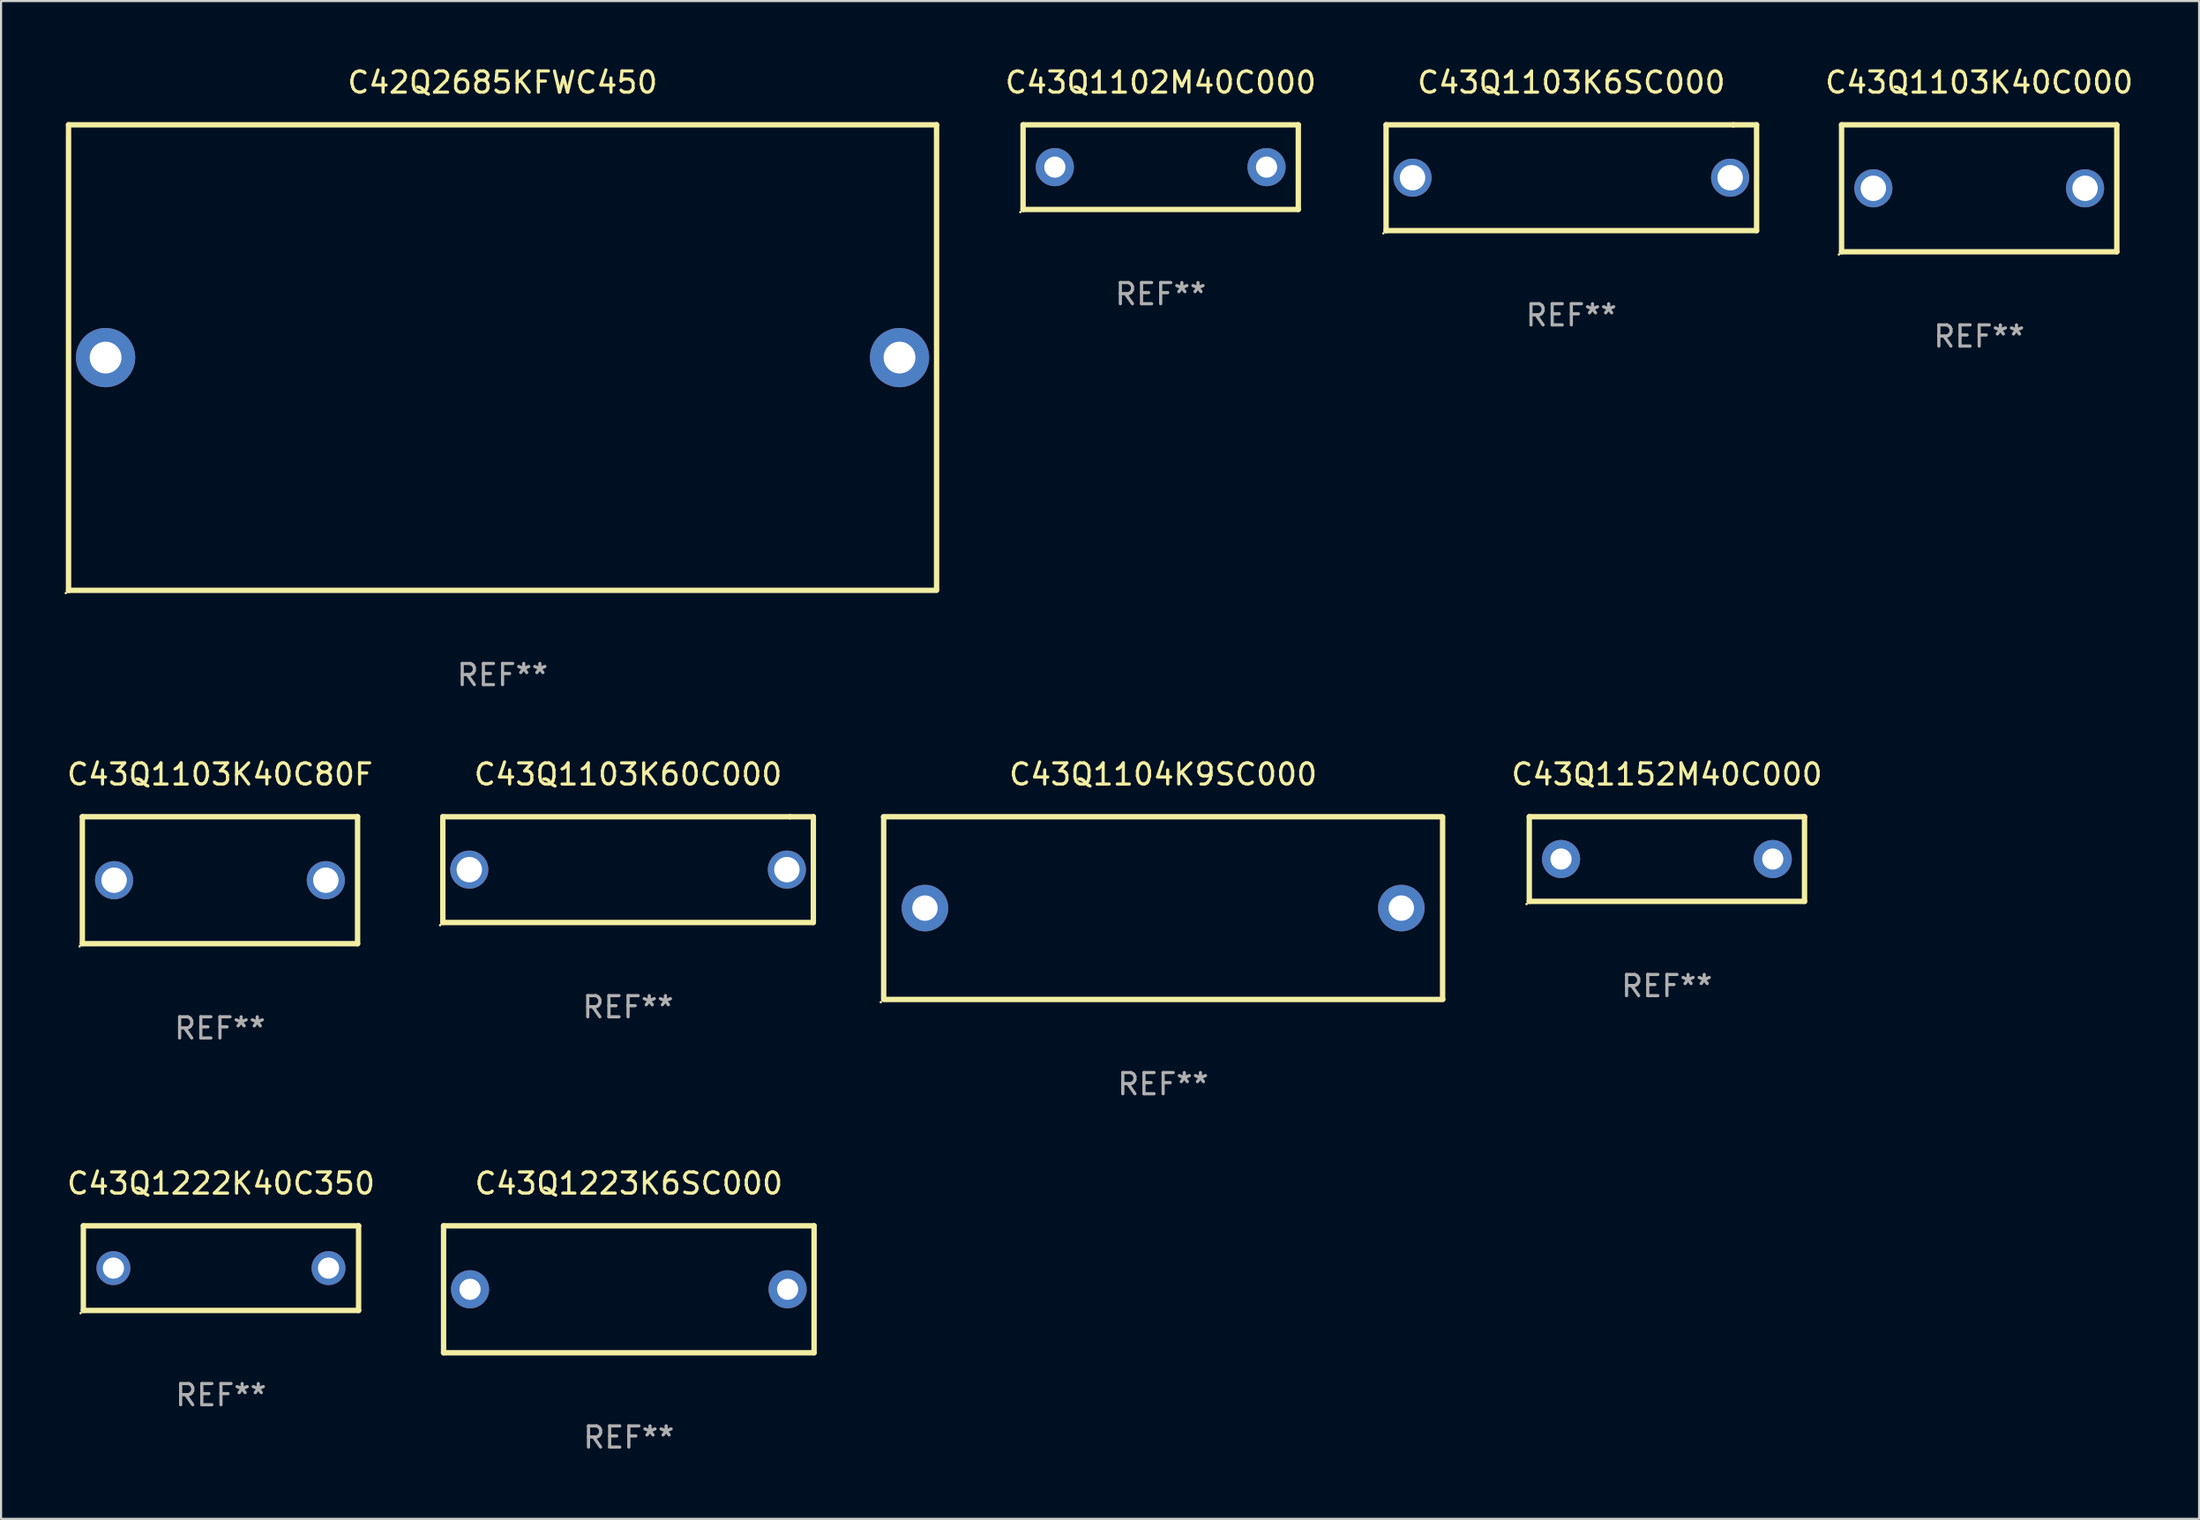
<source format=kicad_pcb>
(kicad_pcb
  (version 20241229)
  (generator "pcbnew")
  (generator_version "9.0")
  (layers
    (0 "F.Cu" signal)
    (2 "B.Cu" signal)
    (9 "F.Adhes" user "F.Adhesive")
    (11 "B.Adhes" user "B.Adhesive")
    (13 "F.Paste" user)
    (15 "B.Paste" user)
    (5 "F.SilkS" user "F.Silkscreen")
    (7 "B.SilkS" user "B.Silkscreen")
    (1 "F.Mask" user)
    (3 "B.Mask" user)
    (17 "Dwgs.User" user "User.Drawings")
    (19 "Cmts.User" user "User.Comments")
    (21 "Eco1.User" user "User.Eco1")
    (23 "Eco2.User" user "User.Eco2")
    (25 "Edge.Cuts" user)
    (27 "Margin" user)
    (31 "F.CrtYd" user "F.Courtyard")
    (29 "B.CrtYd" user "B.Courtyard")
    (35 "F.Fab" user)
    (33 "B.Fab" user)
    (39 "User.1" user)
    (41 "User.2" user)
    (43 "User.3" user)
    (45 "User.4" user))
  (footprint "C43Q1103K6SC000"
    (layer "F.Cu")
    (at 71.168 5.348)
    (property "Reference" "C43Q1103K6SC000" (at 0 -4.5 0) (layer "F.SilkS") (effects (font (size 1 1) (thickness 0.15))))
    (attr through_hole)
    (fp_line (start -8.75 -2.499) (end 7.653 -2.499) (stroke (width 0.254) (type solid)) (layer "F.SilkS"))
    (fp_line (start -8.75 2.5) (end -8.75 -2.5) (stroke (width 0.254) (type solid)) (layer "F.SilkS"))
    (fp_line (start 7.653 -2.499) (end 8.75 -2.499) (stroke (width 0.254) (type solid)) (layer "F.SilkS"))
    (fp_line (start 8.75 -2.5) (end 8.75 2.5) (stroke (width 0.254) (type solid)) (layer "F.SilkS"))
    (fp_line (start 8.75 2.5) (end -8.75 2.5) (stroke (width 0.254) (type solid)) (layer "F.SilkS"))
    (fp_circle (center -8.877 2.627) (end -8.847 2.627) (stroke (width 0.06) (type solid)) (fill no) (layer "F.SilkS"))
    (fp_text user "REF**" (at 0 6.5 0) (layer "F.Fab") (effects (font (size 1 1) (thickness 0.15))))
    (pad "1" thru_hole circle (at -7.501 0) (size 1.8 1.8) (drill 1.2) (layers "*.Cu" "*.Mask"))
    (pad "2" thru_hole circle (at 7.501 0) (size 1.8 1.8) (drill 1.2) (layers "*.Cu" "*.Mask")))
  (footprint "C43Q1103K40C000"
    (layer "F.Cu")
    (at 90.432 5.848)
    (property "Reference" "C43Q1103K40C000" (at 0 -5 0) (layer "F.SilkS") (effects (font (size 1 1) (thickness 0.15))))
    (attr through_hole)
    (fp_line (start -6.5 -3) (end 6.5 -3) (stroke (width 0.254) (type solid)) (layer "F.SilkS"))
    (fp_line (start -6.5 3) (end -6.5 -3) (stroke (width 0.254) (type solid)) (layer "F.SilkS"))
    (fp_line (start -6.5 3) (end 6.5 3) (stroke (width 0.254) (type solid)) (layer "F.SilkS"))
    (fp_line (start 6.5 -3) (end 6.5 3) (stroke (width 0.254) (type solid)) (layer "F.SilkS"))
    (fp_circle (center -6.627 3.127) (end -6.597 3.127) (stroke (width 0.06) (type solid)) (fill no) (layer "F.SilkS"))
    (fp_text user "REF**" (at 0 7 0) (layer "F.Fab") (effects (font (size 1 1) (thickness 0.15))))
    (pad "1" thru_hole circle (at -5 0) (size 1.8 1.8) (drill 1.2) (layers "*.Cu" "*.Mask"))
    (pad "2" thru_hole circle (at 5 0) (size 1.8 1.8) (drill 1.2) (layers "*.Cu" "*.Mask")))
  (footprint "C43Q1103K40C80F"
    (layer "F.Cu")
    (at 7.339 38.545)
    (property "Reference" "C43Q1103K40C80F" (at 0 -5 0) (layer "F.SilkS") (effects (font (size 1 1) (thickness 0.15))))
    (attr through_hole)
    (fp_line (start -6.5 -3) (end 6.5 -3) (stroke (width 0.254) (type solid)) (layer "F.SilkS"))
    (fp_line (start -6.5 3) (end -6.5 -3) (stroke (width 0.254) (type solid)) (layer "F.SilkS"))
    (fp_line (start -6.5 3) (end 6.5 3) (stroke (width 0.254) (type solid)) (layer "F.SilkS"))
    (fp_line (start 6.5 -3) (end 6.5 3) (stroke (width 0.254) (type solid)) (layer "F.SilkS"))
    (fp_circle (center -6.627 3.127) (end -6.597 3.127) (stroke (width 0.06) (type solid)) (fill no) (layer "F.SilkS"))
    (fp_text user "REF**" (at 0 7 0) (layer "F.Fab") (effects (font (size 1 1) (thickness 0.15))))
    (pad "1" thru_hole circle (at -5 0) (size 1.8 1.8) (drill 1.2) (layers "*.Cu" "*.Mask"))
    (pad "2" thru_hole circle (at 5 0) (size 1.8 1.8) (drill 1.2) (layers "*.Cu" "*.Mask")))
  (footprint "C43Q1152M40C000"
    (layer "F.Cu")
    (at 75.682 37.545)
    (property "Reference" "C43Q1152M40C000" (at 0 -4 0) (layer "F.SilkS") (effects (font (size 1 1) (thickness 0.15))))
    (attr through_hole)
    (fp_line (start -6.5 -2) (end 6.5 -2) (stroke (width 0.254) (type solid)) (layer "F.SilkS"))
    (fp_line (start -6.5 2) (end -6.5 -2) (stroke (width 0.254) (type solid)) (layer "F.SilkS"))
    (fp_line (start 6.5 -2) (end 6.5 2) (stroke (width 0.254) (type solid)) (layer "F.SilkS"))
    (fp_line (start 6.5 2) (end -6.5 2) (stroke (width 0.254) (type solid)) (layer "F.SilkS"))
    (fp_circle (center -6.627 2.127) (end -6.597 2.127) (stroke (width 0.06) (type solid)) (fill no) (layer "F.SilkS"))
    (fp_text user "REF**" (at 0 6 0) (layer "F.Fab") (effects (font (size 1 1) (thickness 0.15))))
    (pad "1" thru_hole circle (at -5 0) (size 1.8 1.8) (drill 1) (layers "*.Cu" "*.Mask"))
    (pad "2" thru_hole circle (at 5 0) (size 1.8 1.8) (drill 1) (layers "*.Cu" "*.Mask")))
  (footprint "C43Q1104K9SC000"
    (layer "F.Cu")
    (at 51.888 39.863)
    (property "Reference" "C43Q1104K9SC000" (at 0 -6.318 0) (layer "F.SilkS") (effects (font (size 1 1) (thickness 0.15))))
    (attr through_hole)
    (fp_line (start -13.208 -4.318) (end 13.193 -4.318) (stroke (width 0.254) (type solid)) (layer "F.SilkS"))
    (fp_line (start -13.2 4.3) (end -13.2 -4.3) (stroke (width 0.254) (type solid)) (layer "F.SilkS"))
    (fp_line (start 13.2 -4.3) (end 13.2 4.3) (stroke (width 0.254) (type solid)) (layer "F.SilkS"))
    (fp_line (start 13.208 4.318) (end -13.193 4.318) (stroke (width 0.254) (type solid)) (layer "F.SilkS"))
    (fp_circle (center -13.335 4.445) (end -13.305 4.445) (stroke (width 0.06) (type solid)) (fill no) (layer "F.SilkS"))
    (fp_text user "REF**" (at 0 8.318 0) (layer "F.Fab") (effects (font (size 1 1) (thickness 0.15))))
    (pad "1" thru_hole circle (at -11.25 0) (size 2.2 2.2) (drill 1.2) (layers "*.Cu" "*.Mask"))
    (pad "2" thru_hole circle (at 11.25 0) (size 2.2 2.2) (drill 1.2) (layers "*.Cu" "*.Mask")))
  (footprint "C43Q1223K6SC000"
    (layer "F.Cu")
    (at 26.651 57.877)
    (property "Reference" "C43Q1223K6SC000" (at 0 -5 0) (layer "F.SilkS") (effects (font (size 1 1) (thickness 0.15))))
    (attr through_hole)
    (fp_line (start -8.75 -3) (end 8.75 -3) (stroke (width 0.254) (type solid)) (layer "F.SilkS"))
    (fp_line (start -8.75 3) (end -8.75 -3) (stroke (width 0.254) (type solid)) (layer "F.SilkS"))
    (fp_line (start 8.75 -3) (end 8.75 3) (stroke (width 0.254) (type solid)) (layer "F.SilkS"))
    (fp_line (start 8.75 3) (end -8.75 3) (stroke (width 0.254) (type solid)) (layer "F.SilkS"))
    (fp_circle (center -8.75 3) (end -8.72 3) (stroke (width 0.06) (type solid)) (fill no) (layer "F.SilkS"))
    (fp_text user "REF**" (at 0 7 0) (layer "F.Fab") (effects (font (size 1 1) (thickness 0.15))))
    (pad "1" thru_hole circle (at -7.5 0) (size 1.8 1.8) (drill 1) (layers "*.Cu" "*.Mask"))
    (pad "2" thru_hole circle (at 7.5 0) (size 1.8 1.8) (drill 1) (layers "*.Cu" "*.Mask")))
  (footprint "C42Q2685KFWC450"
    (layer "F.Cu")
    (at 20.687 13.848)
    (property "Reference" "C42Q2685KFWC450" (at 0 -13 0) (layer "F.SilkS") (effects (font (size 1 1) (thickness 0.15))))
    (attr through_hole)
    (fp_line (start -20.5 -11) (end -20.5 11) (stroke (width 0.254) (type solid)) (layer "F.SilkS"))
    (fp_line (start -20.5 -11) (end 20.5 -11) (stroke (width 0.254) (type solid)) (layer "F.SilkS"))
    (fp_line (start 20.5 -11) (end 20.5 10.922) (stroke (width 0.254) (type solid)) (layer "F.SilkS"))
    (fp_line (start 20.5 11) (end -20.5 11) (stroke (width 0.254) (type solid)) (layer "F.SilkS"))
    (fp_circle (center -20.627 11.127) (end -20.597 11.127) (stroke (width 0.06) (type solid)) (fill no) (layer "F.SilkS"))
    (fp_text user "REF**" (at 0 15 0) (layer "F.Fab") (effects (font (size 1 1) (thickness 0.15))))
    (pad "1" thru_hole circle (at -18.75 0) (size 2.8 2.8) (drill 1.5) (layers "*.Cu" "*.Mask"))
    (pad "2" thru_hole circle (at 18.75 0) (size 2.8 2.8) (drill 1.5) (layers "*.Cu" "*.Mask")))
  (footprint "C43Q1222K40C350"
    (layer "F.Cu")
    (at 7.387 56.877)
    (property "Reference" "C43Q1222K40C350" (at 0 -4 0) (layer "F.SilkS") (effects (font (size 1 1) (thickness 0.15))))
    (attr through_hole)
    (fp_line (start -6.5 -2) (end 6.5 -2) (stroke (width 0.254) (type solid)) (layer "F.SilkS"))
    (fp_line (start -6.5 2) (end -6.5 -2) (stroke (width 0.254) (type solid)) (layer "F.SilkS"))
    (fp_line (start 6.5 -2) (end 6.5 2) (stroke (width 0.254) (type solid)) (layer "F.SilkS"))
    (fp_line (start 6.5 2) (end -6.5 2) (stroke (width 0.254) (type solid)) (layer "F.SilkS"))
    (fp_circle (center -6.627 2.127) (end -6.597 2.127) (stroke (width 0.06) (type solid)) (fill no) (layer "F.SilkS"))
    (fp_text user "REF**" (at 0 6 0) (layer "F.Fab") (effects (font (size 1 1) (thickness 0.15))))
    (pad "1" thru_hole circle (at -5.08 0) (size 1.6 1.6) (drill 1) (layers "*.Cu" "*.Mask"))
    (pad "2" thru_hole circle (at 5.08 0) (size 1.6 1.6) (drill 1) (layers "*.Cu" "*.Mask")))
  (footprint "C43Q1103K60C000"
    (layer "F.Cu")
    (at 26.616 38.045)
    (property "Reference" "C43Q1103K60C000" (at 0 -4.5 0) (layer "F.SilkS") (effects (font (size 1 1) (thickness 0.15))))
    (attr through_hole)
    (fp_line (start -8.75 -2.499) (end 7.653 -2.499) (stroke (width 0.254) (type solid)) (layer "F.SilkS"))
    (fp_line (start -8.75 2.5) (end -8.75 -2.5) (stroke (width 0.254) (type solid)) (layer "F.SilkS"))
    (fp_line (start 7.653 -2.499) (end 8.75 -2.499) (stroke (width 0.254) (type solid)) (layer "F.SilkS"))
    (fp_line (start 8.75 -2.5) (end 8.75 2.5) (stroke (width 0.254) (type solid)) (layer "F.SilkS"))
    (fp_line (start 8.75 2.5) (end -8.75 2.5) (stroke (width 0.254) (type solid)) (layer "F.SilkS"))
    (fp_circle (center -8.877 2.627) (end -8.847 2.627) (stroke (width 0.06) (type solid)) (fill no) (layer "F.SilkS"))
    (fp_text user "REF**" (at 0 6.5 0) (layer "F.Fab") (effects (font (size 1 1) (thickness 0.15))))
    (pad "1" thru_hole circle (at -7.501 0) (size 1.8 1.8) (drill 1.2) (layers "*.Cu" "*.Mask"))
    (pad "2" thru_hole circle (at 7.501 0) (size 1.8 1.8) (drill 1.2) (layers "*.Cu" "*.Mask")))
  (footprint "C43Q1102M40C000"
    (layer "F.Cu")
    (at 51.772 4.848)
    (property "Reference" "C43Q1102M40C000" (at 0 -4 0) (layer "F.SilkS") (effects (font (size 1 1) (thickness 0.15))))
    (attr through_hole)
    (fp_line (start -6.5 -2) (end 6.5 -2) (stroke (width 0.254) (type solid)) (layer "F.SilkS"))
    (fp_line (start -6.5 2) (end -6.5 -2) (stroke (width 0.254) (type solid)) (layer "F.SilkS"))
    (fp_line (start 6.5 -2) (end 6.5 2) (stroke (width 0.254) (type solid)) (layer "F.SilkS"))
    (fp_line (start 6.5 2) (end -6.5 2) (stroke (width 0.254) (type solid)) (layer "F.SilkS"))
    (fp_circle (center -6.627 2.127) (end -6.597 2.127) (stroke (width 0.06) (type solid)) (fill no) (layer "F.SilkS"))
    (fp_text user "REF**" (at 0 6 0) (layer "F.Fab") (effects (font (size 1 1) (thickness 0.15))))
    (pad "1" thru_hole circle (at -5 0) (size 1.8 1.8) (drill 1) (layers "*.Cu" "*.Mask"))
    (pad "2" thru_hole circle (at 5 0) (size 1.8 1.8) (drill 1) (layers "*.Cu" "*.Mask")))
  (gr_rect
    (start -3 -3)
    (end 100.819 68.726)
    (stroke (width 0.1) (type default))
    (fill no)
    (layer "Edge.Cuts")))
</source>
